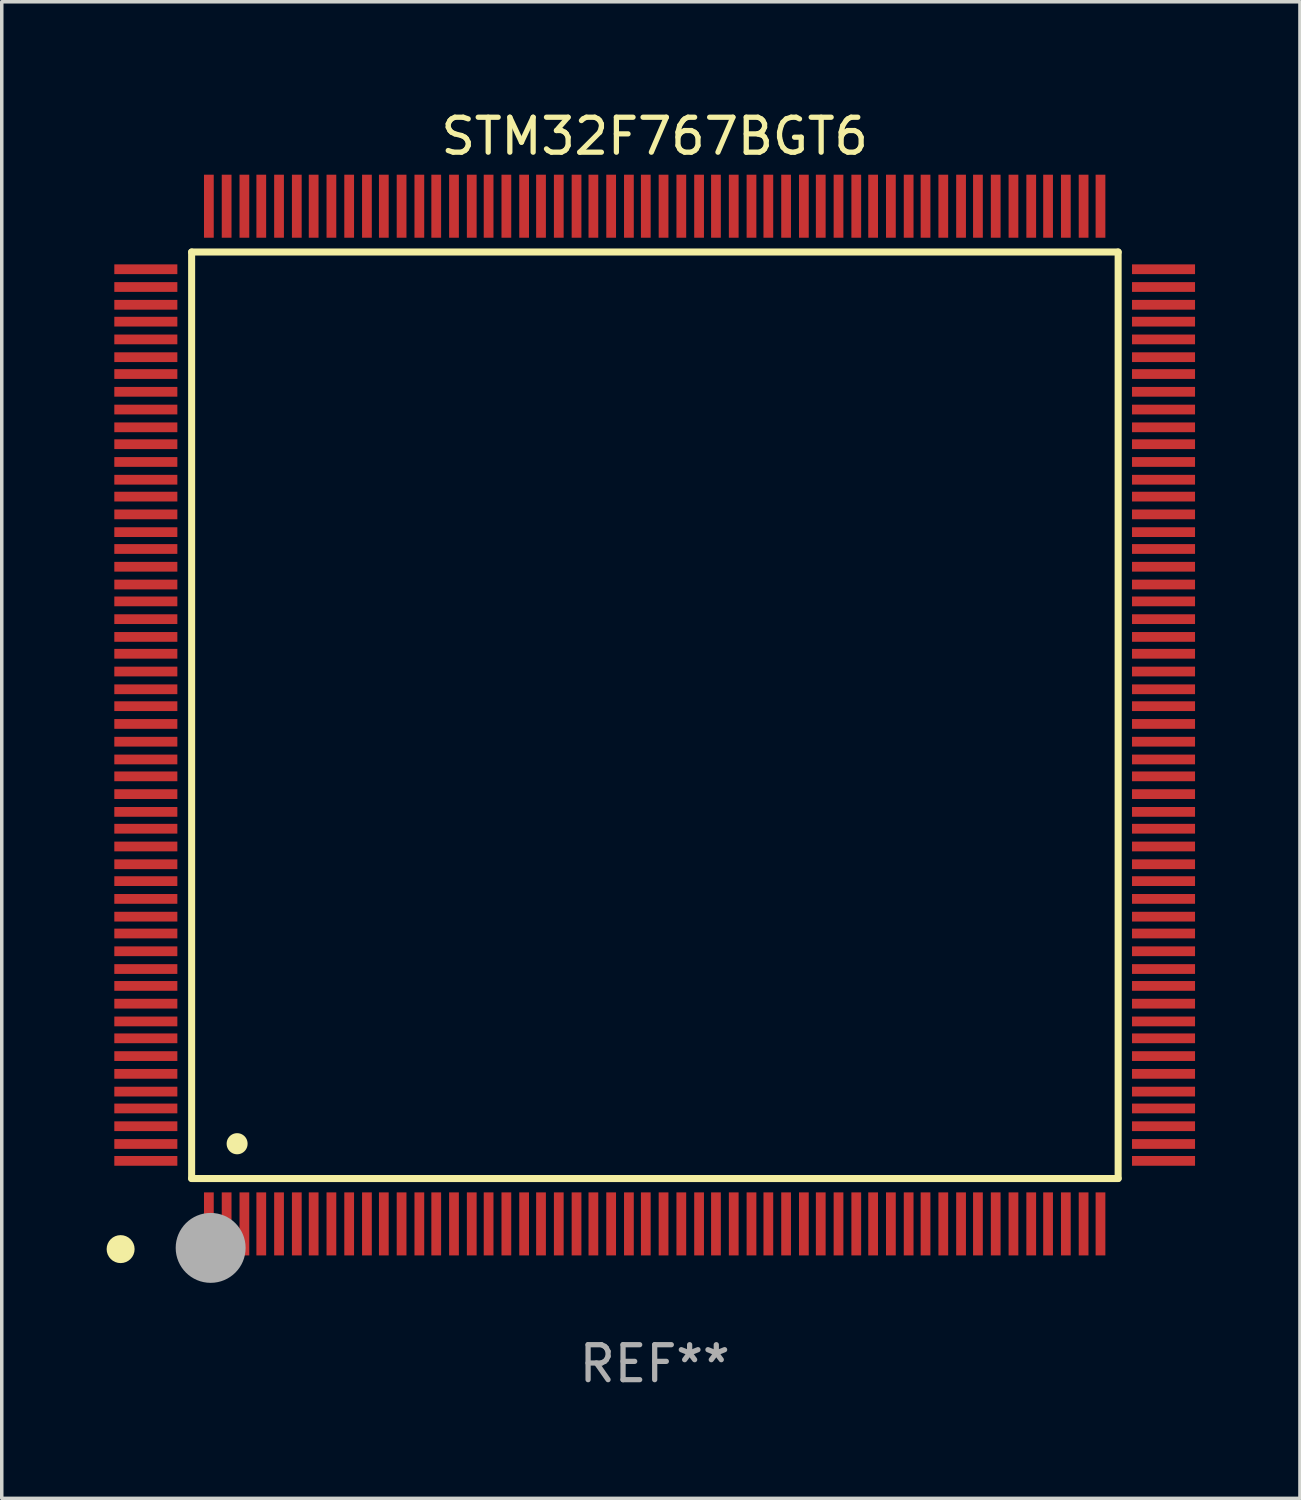
<source format=kicad_pcb>
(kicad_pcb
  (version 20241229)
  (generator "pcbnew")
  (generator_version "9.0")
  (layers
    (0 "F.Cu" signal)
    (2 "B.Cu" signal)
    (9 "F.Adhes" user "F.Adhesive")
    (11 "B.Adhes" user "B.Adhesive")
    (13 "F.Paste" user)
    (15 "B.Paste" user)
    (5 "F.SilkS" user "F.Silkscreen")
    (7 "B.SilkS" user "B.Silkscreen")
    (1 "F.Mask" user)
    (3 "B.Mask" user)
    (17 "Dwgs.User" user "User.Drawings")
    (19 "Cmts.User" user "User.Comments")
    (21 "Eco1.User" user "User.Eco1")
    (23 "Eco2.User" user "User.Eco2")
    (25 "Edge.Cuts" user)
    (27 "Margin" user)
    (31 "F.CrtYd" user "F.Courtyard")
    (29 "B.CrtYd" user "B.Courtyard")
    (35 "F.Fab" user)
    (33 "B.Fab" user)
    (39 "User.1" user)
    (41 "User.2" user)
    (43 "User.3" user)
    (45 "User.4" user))
  (footprint "STM32F767BGT6"
    (layer "F.Cu")
    (at 15.675 17.402)
    (property "Reference" "STM32F767BGT6" (at 0 -16.554 0) (layer "F.SilkS") (effects (font (size 1 1) (thickness 0.15))))
    (attr through_hole)
    (fp_line (start -13.244 -13.244) (end -13.244 13.256) (stroke (width 0.201) (type solid)) (layer "F.SilkS"))
    (fp_line (start -13.244 13.256) (end 13.256 13.256) (stroke (width 0.201) (type solid)) (layer "F.SilkS"))
    (fp_line (start 13.256 -13.244) (end -13.244 -13.244) (stroke (width 0.201) (type solid)) (layer "F.SilkS"))
    (fp_line (start 13.256 13.256) (end 13.256 -13.244) (stroke (width 0.201) (type solid)) (layer "F.SilkS"))
    (fp_arc (start -13.268987 14.90983) (mid -13.268992 14.90856) (end -13.268987 14.90729) (stroke (width 0.299721) (type solid)) (layer "F.SilkS"))
    (fp_arc (start -11.943104 12.263145) (mid -11.943115 12.260605) (end -11.943104 12.258065) (stroke (width 0.599441) (type solid)) (layer "F.SilkS"))
    (fp_circle (center -15.275 15.275) (end -15.075 15.275) (stroke (width 0.4) (type solid)) (fill no) (layer "F.SilkS"))
    (fp_circle (center -12.7 15.24) (end -12.2 15.24) (stroke (width 1) (type solid)) (fill no) (layer "F.Fab"))
    (fp_text user "REF**" (at 0 18.554 0) (layer "F.Fab") (effects (font (size 1 1) (thickness 0.15))))
    (pad "1" smd rect (at -12.751 14.554 180) (size 0.279 1.803) (layers "F.Cu" "F.Mask" "F.Paste"))
    (pad "2" smd rect (at -12.243 14.554 180) (size 0.279 1.803) (layers "F.Cu" "F.Mask" "F.Paste"))
    (pad "3" smd rect (at -11.735 14.554 180) (size 0.279 1.803) (layers "F.Cu" "F.Mask" "F.Paste"))
    (pad "4" smd rect (at -11.252 14.554 180) (size 0.279 1.803) (layers "F.Cu" "F.Mask" "F.Paste"))
    (pad "5" smd rect (at -10.744 14.554 180) (size 0.279 1.803) (layers "F.Cu" "F.Mask" "F.Paste"))
    (pad "6" smd rect (at -10.236 14.554 180) (size 0.279 1.803) (layers "F.Cu" "F.Mask" "F.Paste"))
    (pad "7" smd rect (at -9.754 14.554 180) (size 0.279 1.803) (layers "F.Cu" "F.Mask" "F.Paste"))
    (pad "8" smd rect (at -9.246 14.554 180) (size 0.279 1.803) (layers "F.Cu" "F.Mask" "F.Paste"))
    (pad "9" smd rect (at -8.738 14.554 180) (size 0.279 1.803) (layers "F.Cu" "F.Mask" "F.Paste"))
    (pad "10" smd rect (at -8.23 14.554 180) (size 0.279 1.803) (layers "F.Cu" "F.Mask" "F.Paste"))
    (pad "11" smd rect (at -7.747 14.554 180) (size 0.279 1.803) (layers "F.Cu" "F.Mask" "F.Paste"))
    (pad "12" smd rect (at -7.239 14.554 180) (size 0.279 1.803) (layers "F.Cu" "F.Mask" "F.Paste"))
    (pad "13" smd rect (at -6.731 14.554 180) (size 0.279 1.803) (layers "F.Cu" "F.Mask" "F.Paste"))
    (pad "14" smd rect (at -6.248 14.554 180) (size 0.279 1.803) (layers "F.Cu" "F.Mask" "F.Paste"))
    (pad "15" smd rect (at -5.74 14.554 180) (size 0.279 1.803) (layers "F.Cu" "F.Mask" "F.Paste"))
    (pad "16" smd rect (at -5.232 14.554 180) (size 0.279 1.803) (layers "F.Cu" "F.Mask" "F.Paste"))
    (pad "17" smd rect (at -4.75 14.554 180) (size 0.279 1.803) (layers "F.Cu" "F.Mask" "F.Paste"))
    (pad "18" smd rect (at -4.242 14.554 180) (size 0.279 1.803) (layers "F.Cu" "F.Mask" "F.Paste"))
    (pad "19" smd rect (at -3.734 14.554 180) (size 0.279 1.803) (layers "F.Cu" "F.Mask" "F.Paste"))
    (pad "20" smd rect (at -3.251 14.554 180) (size 0.279 1.803) (layers "F.Cu" "F.Mask" "F.Paste"))
    (pad "21" smd rect (at -2.743 14.554 180) (size 0.279 1.803) (layers "F.Cu" "F.Mask" "F.Paste"))
    (pad "22" smd rect (at -2.235 14.554 180) (size 0.279 1.803) (layers "F.Cu" "F.Mask" "F.Paste"))
    (pad "23" smd rect (at -1.753 14.554 180) (size 0.279 1.803) (layers "F.Cu" "F.Mask" "F.Paste"))
    (pad "24" smd rect (at -1.245 14.554 180) (size 0.279 1.803) (layers "F.Cu" "F.Mask" "F.Paste"))
    (pad "25" smd rect (at -0.737 14.554 180) (size 0.279 1.803) (layers "F.Cu" "F.Mask" "F.Paste"))
    (pad "26" smd rect (at -0.254 14.554 180) (size 0.279 1.803) (layers "F.Cu" "F.Mask" "F.Paste"))
    (pad "27" smd rect (at 0.254 14.554 180) (size 0.279 1.803) (layers "F.Cu" "F.Mask" "F.Paste"))
    (pad "28" smd rect (at 0.762 14.554 180) (size 0.279 1.803) (layers "F.Cu" "F.Mask" "F.Paste"))
    (pad "29" smd rect (at 1.27 14.554 180) (size 0.279 1.803) (layers "F.Cu" "F.Mask" "F.Paste"))
    (pad "30" smd rect (at 1.753 14.554 180) (size 0.279 1.803) (layers "F.Cu" "F.Mask" "F.Paste"))
    (pad "31" smd rect (at 2.261 14.554 180) (size 0.279 1.803) (layers "F.Cu" "F.Mask" "F.Paste"))
    (pad "32" smd rect (at 2.769 14.554 180) (size 0.279 1.803) (layers "F.Cu" "F.Mask" "F.Paste"))
    (pad "33" smd rect (at 3.251 14.554 180) (size 0.279 1.803) (layers "F.Cu" "F.Mask" "F.Paste"))
    (pad "34" smd rect (at 3.759 14.554 180) (size 0.279 1.803) (layers "F.Cu" "F.Mask" "F.Paste"))
    (pad "35" smd rect (at 4.267 14.554 180) (size 0.279 1.803) (layers "F.Cu" "F.Mask" "F.Paste"))
    (pad "36" smd rect (at 4.75 14.554 180) (size 0.279 1.803) (layers "F.Cu" "F.Mask" "F.Paste"))
    (pad "37" smd rect (at 5.258 14.554 180) (size 0.279 1.803) (layers "F.Cu" "F.Mask" "F.Paste"))
    (pad "38" smd rect (at 5.766 14.554 180) (size 0.279 1.803) (layers "F.Cu" "F.Mask" "F.Paste"))
    (pad "39" smd rect (at 6.248 14.554 180) (size 0.279 1.803) (layers "F.Cu" "F.Mask" "F.Paste"))
    (pad "40" smd rect (at 6.756 14.554 180) (size 0.279 1.803) (layers "F.Cu" "F.Mask" "F.Paste"))
    (pad "41" smd rect (at 7.264 14.554 180) (size 0.279 1.803) (layers "F.Cu" "F.Mask" "F.Paste"))
    (pad "42" smd rect (at 7.747 14.554 180) (size 0.279 1.803) (layers "F.Cu" "F.Mask" "F.Paste"))
    (pad "43" smd rect (at 8.255 14.554 180) (size 0.279 1.803) (layers "F.Cu" "F.Mask" "F.Paste"))
    (pad "44" smd rect (at 8.763 14.554 180) (size 0.279 1.803) (layers "F.Cu" "F.Mask" "F.Paste"))
    (pad "45" smd rect (at 9.246 14.554 180) (size 0.279 1.803) (layers "F.Cu" "F.Mask" "F.Paste"))
    (pad "46" smd rect (at 9.754 14.554 180) (size 0.279 1.803) (layers "F.Cu" "F.Mask" "F.Paste"))
    (pad "47" smd rect (at 10.262 14.554 180) (size 0.279 1.803) (layers "F.Cu" "F.Mask" "F.Paste"))
    (pad "48" smd rect (at 10.77 14.554 180) (size 0.279 1.803) (layers "F.Cu" "F.Mask" "F.Paste"))
    (pad "49" smd rect (at 11.252 14.554 180) (size 0.279 1.803) (layers "F.Cu" "F.Mask" "F.Paste"))
    (pad "50" smd rect (at 11.76 14.554 180) (size 0.279 1.803) (layers "F.Cu" "F.Mask" "F.Paste"))
    (pad "51" smd rect (at 12.268 14.554 180) (size 0.279 1.803) (layers "F.Cu" "F.Mask" "F.Paste"))
    (pad "52" smd rect (at 12.751 14.554 180) (size 0.279 1.803) (layers "F.Cu" "F.Mask" "F.Paste"))
    (pad "53" smd rect (at 14.554 12.751 90) (size 0.279 1.803) (layers "F.Cu" "F.Mask" "F.Paste"))
    (pad "54" smd rect (at 14.554 12.268 90) (size 0.279 1.803) (layers "F.Cu" "F.Mask" "F.Paste"))
    (pad "55" smd rect (at 14.554 11.76 90) (size 0.279 1.803) (layers "F.Cu" "F.Mask" "F.Paste"))
    (pad "56" smd rect (at 14.554 11.252 90) (size 0.279 1.803) (layers "F.Cu" "F.Mask" "F.Paste"))
    (pad "57" smd rect (at 14.554 10.77 90) (size 0.279 1.803) (layers "F.Cu" "F.Mask" "F.Paste"))
    (pad "58" smd rect (at 14.554 10.262 90) (size 0.279 1.803) (layers "F.Cu" "F.Mask" "F.Paste"))
    (pad "59" smd rect (at 14.554 9.754 90) (size 0.279 1.803) (layers "F.Cu" "F.Mask" "F.Paste"))
    (pad "60" smd rect (at 14.554 9.246 90) (size 0.279 1.803) (layers "F.Cu" "F.Mask" "F.Paste"))
    (pad "61" smd rect (at 14.554 8.763 90) (size 0.279 1.803) (layers "F.Cu" "F.Mask" "F.Paste"))
    (pad "62" smd rect (at 14.554 8.255 90) (size 0.279 1.803) (layers "F.Cu" "F.Mask" "F.Paste"))
    (pad "63" smd rect (at 14.554 7.747 90) (size 0.279 1.803) (layers "F.Cu" "F.Mask" "F.Paste"))
    (pad "64" smd rect (at 14.554 7.264 90) (size 0.279 1.803) (layers "F.Cu" "F.Mask" "F.Paste"))
    (pad "65" smd rect (at 14.554 6.756 90) (size 0.279 1.803) (layers "F.Cu" "F.Mask" "F.Paste"))
    (pad "66" smd rect (at 14.554 6.248 90) (size 0.279 1.803) (layers "F.Cu" "F.Mask" "F.Paste"))
    (pad "67" smd rect (at 14.554 5.766 90) (size 0.279 1.803) (layers "F.Cu" "F.Mask" "F.Paste"))
    (pad "68" smd rect (at 14.554 5.258 90) (size 0.279 1.803) (layers "F.Cu" "F.Mask" "F.Paste"))
    (pad "69" smd rect (at 14.554 4.75 90) (size 0.279 1.803) (layers "F.Cu" "F.Mask" "F.Paste"))
    (pad "70" smd rect (at 14.554 4.267 90) (size 0.279 1.803) (layers "F.Cu" "F.Mask" "F.Paste"))
    (pad "71" smd rect (at 14.554 3.759 90) (size 0.279 1.803) (layers "F.Cu" "F.Mask" "F.Paste"))
    (pad "72" smd rect (at 14.554 3.251 90) (size 0.279 1.803) (layers "F.Cu" "F.Mask" "F.Paste"))
    (pad "73" smd rect (at 14.554 2.769 90) (size 0.279 1.803) (layers "F.Cu" "F.Mask" "F.Paste"))
    (pad "74" smd rect (at 14.554 2.261 90) (size 0.279 1.803) (layers "F.Cu" "F.Mask" "F.Paste"))
    (pad "75" smd rect (at 14.554 1.753 90) (size 0.279 1.803) (layers "F.Cu" "F.Mask" "F.Paste"))
    (pad "76" smd rect (at 14.554 1.27 90) (size 0.279 1.803) (layers "F.Cu" "F.Mask" "F.Paste"))
    (pad "77" smd rect (at 14.554 0.762 90) (size 0.279 1.803) (layers "F.Cu" "F.Mask" "F.Paste"))
    (pad "78" smd rect (at 14.554 0.254 90) (size 0.279 1.803) (layers "F.Cu" "F.Mask" "F.Paste"))
    (pad "79" smd rect (at 14.554 -0.254 90) (size 0.279 1.803) (layers "F.Cu" "F.Mask" "F.Paste"))
    (pad "80" smd rect (at 14.554 -0.737 90) (size 0.279 1.803) (layers "F.Cu" "F.Mask" "F.Paste"))
    (pad "81" smd rect (at 14.554 -1.245 90) (size 0.279 1.803) (layers "F.Cu" "F.Mask" "F.Paste"))
    (pad "82" smd rect (at 14.554 -1.753 90) (size 0.279 1.803) (layers "F.Cu" "F.Mask" "F.Paste"))
    (pad "83" smd rect (at 14.554 -2.235 90) (size 0.279 1.803) (layers "F.Cu" "F.Mask" "F.Paste"))
    (pad "84" smd rect (at 14.554 -2.743 90) (size 0.279 1.803) (layers "F.Cu" "F.Mask" "F.Paste"))
    (pad "85" smd rect (at 14.554 -3.251 90) (size 0.279 1.803) (layers "F.Cu" "F.Mask" "F.Paste"))
    (pad "86" smd rect (at 14.554 -3.734 90) (size 0.279 1.803) (layers "F.Cu" "F.Mask" "F.Paste"))
    (pad "87" smd rect (at 14.554 -4.242 90) (size 0.279 1.803) (layers "F.Cu" "F.Mask" "F.Paste"))
    (pad "88" smd rect (at 14.554 -4.75 90) (size 0.279 1.803) (layers "F.Cu" "F.Mask" "F.Paste"))
    (pad "89" smd rect (at 14.554 -5.232 90) (size 0.279 1.803) (layers "F.Cu" "F.Mask" "F.Paste"))
    (pad "90" smd rect (at 14.554 -5.74 90) (size 0.279 1.803) (layers "F.Cu" "F.Mask" "F.Paste"))
    (pad "91" smd rect (at 14.554 -6.248 90) (size 0.279 1.803) (layers "F.Cu" "F.Mask" "F.Paste"))
    (pad "92" smd rect (at 14.554 -6.731 90) (size 0.279 1.803) (layers "F.Cu" "F.Mask" "F.Paste"))
    (pad "93" smd rect (at 14.554 -7.239 90) (size 0.279 1.803) (layers "F.Cu" "F.Mask" "F.Paste"))
    (pad "94" smd rect (at 14.554 -7.747 90) (size 0.279 1.803) (layers "F.Cu" "F.Mask" "F.Paste"))
    (pad "95" smd rect (at 14.554 -8.23 90) (size 0.279 1.803) (layers "F.Cu" "F.Mask" "F.Paste"))
    (pad "96" smd rect (at 14.554 -8.738 90) (size 0.279 1.803) (layers "F.Cu" "F.Mask" "F.Paste"))
    (pad "97" smd rect (at 14.554 -9.246 90) (size 0.279 1.803) (layers "F.Cu" "F.Mask" "F.Paste"))
    (pad "98" smd rect (at 14.554 -9.754 90) (size 0.279 1.803) (layers "F.Cu" "F.Mask" "F.Paste"))
    (pad "99" smd rect (at 14.554 -10.236 90) (size 0.279 1.803) (layers "F.Cu" "F.Mask" "F.Paste"))
    (pad "100" smd rect (at 14.554 -10.744 90) (size 0.279 1.803) (layers "F.Cu" "F.Mask" "F.Paste"))
    (pad "101" smd rect (at 14.554 -11.252 90) (size 0.279 1.803) (layers "F.Cu" "F.Mask" "F.Paste"))
    (pad "102" smd rect (at 14.554 -11.735 90) (size 0.279 1.803) (layers "F.Cu" "F.Mask" "F.Paste"))
    (pad "103" smd rect (at 14.554 -12.243 90) (size 0.279 1.803) (layers "F.Cu" "F.Mask" "F.Paste"))
    (pad "104" smd rect (at 14.554 -12.751 90) (size 0.279 1.803) (layers "F.Cu" "F.Mask" "F.Paste"))
    (pad "105" smd rect (at 12.751 -14.554 180) (size 0.279 1.803) (layers "F.Cu" "F.Mask" "F.Paste"))
    (pad "106" smd rect (at 12.268 -14.554 180) (size 0.279 1.803) (layers "F.Cu" "F.Mask" "F.Paste"))
    (pad "107" smd rect (at 11.76 -14.554 180) (size 0.279 1.803) (layers "F.Cu" "F.Mask" "F.Paste"))
    (pad "108" smd rect (at 11.252 -14.554 180) (size 0.279 1.803) (layers "F.Cu" "F.Mask" "F.Paste"))
    (pad "109" smd rect (at 10.77 -14.554 180) (size 0.279 1.803) (layers "F.Cu" "F.Mask" "F.Paste"))
    (pad "110" smd rect (at 10.262 -14.554 180) (size 0.279 1.803) (layers "F.Cu" "F.Mask" "F.Paste"))
    (pad "111" smd rect (at 9.754 -14.554 180) (size 0.279 1.803) (layers "F.Cu" "F.Mask" "F.Paste"))
    (pad "112" smd rect (at 9.246 -14.554 180) (size 0.279 1.803) (layers "F.Cu" "F.Mask" "F.Paste"))
    (pad "113" smd rect (at 8.763 -14.554 180) (size 0.279 1.803) (layers "F.Cu" "F.Mask" "F.Paste"))
    (pad "114" smd rect (at 8.255 -14.554 180) (size 0.279 1.803) (layers "F.Cu" "F.Mask" "F.Paste"))
    (pad "115" smd rect (at 7.747 -14.554 180) (size 0.279 1.803) (layers "F.Cu" "F.Mask" "F.Paste"))
    (pad "116" smd rect (at 7.264 -14.554 180) (size 0.279 1.803) (layers "F.Cu" "F.Mask" "F.Paste"))
    (pad "117" smd rect (at 6.756 -14.554 180) (size 0.279 1.803) (layers "F.Cu" "F.Mask" "F.Paste"))
    (pad "118" smd rect (at 6.248 -14.554 180) (size 0.279 1.803) (layers "F.Cu" "F.Mask" "F.Paste"))
    (pad "119" smd rect (at 5.766 -14.554 180) (size 0.279 1.803) (layers "F.Cu" "F.Mask" "F.Paste"))
    (pad "120" smd rect (at 5.258 -14.554 180) (size 0.279 1.803) (layers "F.Cu" "F.Mask" "F.Paste"))
    (pad "121" smd rect (at 4.75 -14.554 180) (size 0.279 1.803) (layers "F.Cu" "F.Mask" "F.Paste"))
    (pad "122" smd rect (at 4.267 -14.554 180) (size 0.279 1.803) (layers "F.Cu" "F.Mask" "F.Paste"))
    (pad "123" smd rect (at 3.759 -14.554 180) (size 0.279 1.803) (layers "F.Cu" "F.Mask" "F.Paste"))
    (pad "124" smd rect (at 3.251 -14.554 180) (size 0.279 1.803) (layers "F.Cu" "F.Mask" "F.Paste"))
    (pad "125" smd rect (at 2.769 -14.554 180) (size 0.279 1.803) (layers "F.Cu" "F.Mask" "F.Paste"))
    (pad "126" smd rect (at 2.261 -14.554 180) (size 0.279 1.803) (layers "F.Cu" "F.Mask" "F.Paste"))
    (pad "127" smd rect (at 1.753 -14.554 180) (size 0.279 1.803) (layers "F.Cu" "F.Mask" "F.Paste"))
    (pad "128" smd rect (at 1.27 -14.554 180) (size 0.279 1.803) (layers "F.Cu" "F.Mask" "F.Paste"))
    (pad "129" smd rect (at 0.762 -14.554 180) (size 0.279 1.803) (layers "F.Cu" "F.Mask" "F.Paste"))
    (pad "130" smd rect (at 0.254 -14.554 180) (size 0.279 1.803) (layers "F.Cu" "F.Mask" "F.Paste"))
    (pad "131" smd rect (at -0.254 -14.554 180) (size 0.279 1.803) (layers "F.Cu" "F.Mask" "F.Paste"))
    (pad "132" smd rect (at -0.737 -14.554 180) (size 0.279 1.803) (layers "F.Cu" "F.Mask" "F.Paste"))
    (pad "133" smd rect (at -1.245 -14.554 180) (size 0.279 1.803) (layers "F.Cu" "F.Mask" "F.Paste"))
    (pad "134" smd rect (at -1.753 -14.554 180) (size 0.279 1.803) (layers "F.Cu" "F.Mask" "F.Paste"))
    (pad "135" smd rect (at -2.235 -14.554 180) (size 0.279 1.803) (layers "F.Cu" "F.Mask" "F.Paste"))
    (pad "136" smd rect (at -2.743 -14.554 180) (size 0.279 1.803) (layers "F.Cu" "F.Mask" "F.Paste"))
    (pad "137" smd rect (at -3.251 -14.554 180) (size 0.279 1.803) (layers "F.Cu" "F.Mask" "F.Paste"))
    (pad "138" smd rect (at -3.734 -14.554 180) (size 0.279 1.803) (layers "F.Cu" "F.Mask" "F.Paste"))
    (pad "139" smd rect (at -4.242 -14.554 180) (size 0.279 1.803) (layers "F.Cu" "F.Mask" "F.Paste"))
    (pad "140" smd rect (at -4.75 -14.554 180) (size 0.279 1.803) (layers "F.Cu" "F.Mask" "F.Paste"))
    (pad "141" smd rect (at -5.232 -14.554 180) (size 0.279 1.803) (layers "F.Cu" "F.Mask" "F.Paste"))
    (pad "142" smd rect (at -5.74 -14.554 180) (size 0.279 1.803) (layers "F.Cu" "F.Mask" "F.Paste"))
    (pad "143" smd rect (at -6.248 -14.554 180) (size 0.279 1.803) (layers "F.Cu" "F.Mask" "F.Paste"))
    (pad "144" smd rect (at -6.731 -14.554 180) (size 0.279 1.803) (layers "F.Cu" "F.Mask" "F.Paste"))
    (pad "145" smd rect (at -7.239 -14.554 180) (size 0.279 1.803) (layers "F.Cu" "F.Mask" "F.Paste"))
    (pad "146" smd rect (at -7.747 -14.554 180) (size 0.279 1.803) (layers "F.Cu" "F.Mask" "F.Paste"))
    (pad "147" smd rect (at -8.23 -14.554 180) (size 0.279 1.803) (layers "F.Cu" "F.Mask" "F.Paste"))
    (pad "148" smd rect (at -8.738 -14.554 180) (size 0.279 1.803) (layers "F.Cu" "F.Mask" "F.Paste"))
    (pad "149" smd rect (at -9.246 -14.554 180) (size 0.279 1.803) (layers "F.Cu" "F.Mask" "F.Paste"))
    (pad "150" smd rect (at -9.754 -14.554 180) (size 0.279 1.803) (layers "F.Cu" "F.Mask" "F.Paste"))
    (pad "151" smd rect (at -10.236 -14.554 180) (size 0.279 1.803) (layers "F.Cu" "F.Mask" "F.Paste"))
    (pad "152" smd rect (at -10.744 -14.554 180) (size 0.279 1.803) (layers "F.Cu" "F.Mask" "F.Paste"))
    (pad "153" smd rect (at -11.252 -14.554 180) (size 0.279 1.803) (layers "F.Cu" "F.Mask" "F.Paste"))
    (pad "154" smd rect (at -11.735 -14.554 180) (size 0.279 1.803) (layers "F.Cu" "F.Mask" "F.Paste"))
    (pad "155" smd rect (at -12.243 -14.554 180) (size 0.279 1.803) (layers "F.Cu" "F.Mask" "F.Paste"))
    (pad "156" smd rect (at -12.751 -14.554 180) (size 0.279 1.803) (layers "F.Cu" "F.Mask" "F.Paste"))
    (pad "157" smd rect (at -14.554 -12.751 90) (size 0.279 1.803) (layers "F.Cu" "F.Mask" "F.Paste"))
    (pad "158" smd rect (at -14.554 -12.243 90) (size 0.279 1.803) (layers "F.Cu" "F.Mask" "F.Paste"))
    (pad "159" smd rect (at -14.554 -11.735 90) (size 0.279 1.803) (layers "F.Cu" "F.Mask" "F.Paste"))
    (pad "160" smd rect (at -14.554 -11.252 90) (size 0.279 1.803) (layers "F.Cu" "F.Mask" "F.Paste"))
    (pad "161" smd rect (at -14.554 -10.744 90) (size 0.279 1.803) (layers "F.Cu" "F.Mask" "F.Paste"))
    (pad "162" smd rect (at -14.554 -10.236 90) (size 0.279 1.803) (layers "F.Cu" "F.Mask" "F.Paste"))
    (pad "163" smd rect (at -14.554 -9.754 90) (size 0.279 1.803) (layers "F.Cu" "F.Mask" "F.Paste"))
    (pad "164" smd rect (at -14.554 -9.246 90) (size 0.279 1.803) (layers "F.Cu" "F.Mask" "F.Paste"))
    (pad "165" smd rect (at -14.554 -8.738 90) (size 0.279 1.803) (layers "F.Cu" "F.Mask" "F.Paste"))
    (pad "166" smd rect (at -14.554 -8.23 90) (size 0.279 1.803) (layers "F.Cu" "F.Mask" "F.Paste"))
    (pad "167" smd rect (at -14.554 -7.747 90) (size 0.279 1.803) (layers "F.Cu" "F.Mask" "F.Paste"))
    (pad "168" smd rect (at -14.554 -7.239 90) (size 0.279 1.803) (layers "F.Cu" "F.Mask" "F.Paste"))
    (pad "169" smd rect (at -14.554 -6.731 90) (size 0.279 1.803) (layers "F.Cu" "F.Mask" "F.Paste"))
    (pad "170" smd rect (at -14.554 -6.248 90) (size 0.279 1.803) (layers "F.Cu" "F.Mask" "F.Paste"))
    (pad "171" smd rect (at -14.554 -5.74 90) (size 0.279 1.803) (layers "F.Cu" "F.Mask" "F.Paste"))
    (pad "172" smd rect (at -14.554 -5.232 90) (size 0.279 1.803) (layers "F.Cu" "F.Mask" "F.Paste"))
    (pad "173" smd rect (at -14.554 -4.75 90) (size 0.279 1.803) (layers "F.Cu" "F.Mask" "F.Paste"))
    (pad "174" smd rect (at -14.554 -4.242 90) (size 0.279 1.803) (layers "F.Cu" "F.Mask" "F.Paste"))
    (pad "175" smd rect (at -14.554 -3.734 90) (size 0.279 1.803) (layers "F.Cu" "F.Mask" "F.Paste"))
    (pad "176" smd rect (at -14.554 -3.251 90) (size 0.279 1.803) (layers "F.Cu" "F.Mask" "F.Paste"))
    (pad "177" smd rect (at -14.554 -2.743 90) (size 0.279 1.803) (layers "F.Cu" "F.Mask" "F.Paste"))
    (pad "178" smd rect (at -14.554 -2.235 90) (size 0.279 1.803) (layers "F.Cu" "F.Mask" "F.Paste"))
    (pad "179" smd rect (at -14.554 -1.753 90) (size 0.279 1.803) (layers "F.Cu" "F.Mask" "F.Paste"))
    (pad "180" smd rect (at -14.554 -1.245 90) (size 0.279 1.803) (layers "F.Cu" "F.Mask" "F.Paste"))
    (pad "181" smd rect (at -14.554 -0.737 90) (size 0.279 1.803) (layers "F.Cu" "F.Mask" "F.Paste"))
    (pad "182" smd rect (at -14.554 -0.254 90) (size 0.279 1.803) (layers "F.Cu" "F.Mask" "F.Paste"))
    (pad "183" smd rect (at -14.554 0.254 90) (size 0.279 1.803) (layers "F.Cu" "F.Mask" "F.Paste"))
    (pad "184" smd rect (at -14.554 0.762 90) (size 0.279 1.803) (layers "F.Cu" "F.Mask" "F.Paste"))
    (pad "185" smd rect (at -14.554 1.27 90) (size 0.279 1.803) (layers "F.Cu" "F.Mask" "F.Paste"))
    (pad "186" smd rect (at -14.554 1.753 90) (size 0.279 1.803) (layers "F.Cu" "F.Mask" "F.Paste"))
    (pad "187" smd rect (at -14.554 2.261 90) (size 0.279 1.803) (layers "F.Cu" "F.Mask" "F.Paste"))
    (pad "188" smd rect (at -14.554 2.769 90) (size 0.279 1.803) (layers "F.Cu" "F.Mask" "F.Paste"))
    (pad "189" smd rect (at -14.554 3.251 90) (size 0.279 1.803) (layers "F.Cu" "F.Mask" "F.Paste"))
    (pad "190" smd rect (at -14.554 3.759 90) (size 0.279 1.803) (layers "F.Cu" "F.Mask" "F.Paste"))
    (pad "191" smd rect (at -14.554 4.267 90) (size 0.279 1.803) (layers "F.Cu" "F.Mask" "F.Paste"))
    (pad "192" smd rect (at -14.554 4.75 90) (size 0.279 1.803) (layers "F.Cu" "F.Mask" "F.Paste"))
    (pad "193" smd rect (at -14.554 5.258 90) (size 0.279 1.803) (layers "F.Cu" "F.Mask" "F.Paste"))
    (pad "194" smd rect (at -14.554 5.766 90) (size 0.279 1.803) (layers "F.Cu" "F.Mask" "F.Paste"))
    (pad "195" smd rect (at -14.554 6.248 90) (size 0.279 1.803) (layers "F.Cu" "F.Mask" "F.Paste"))
    (pad "196" smd rect (at -14.554 6.756 90) (size 0.279 1.803) (layers "F.Cu" "F.Mask" "F.Paste"))
    (pad "197" smd rect (at -14.554 7.264 90) (size 0.279 1.803) (layers "F.Cu" "F.Mask" "F.Paste"))
    (pad "198" smd rect (at -14.554 7.747 90) (size 0.279 1.803) (layers "F.Cu" "F.Mask" "F.Paste"))
    (pad "199" smd rect (at -14.554 8.255 90) (size 0.279 1.803) (layers "F.Cu" "F.Mask" "F.Paste"))
    (pad "200" smd rect (at -14.554 8.763 90) (size 0.279 1.803) (layers "F.Cu" "F.Mask" "F.Paste"))
    (pad "201" smd rect (at -14.554 9.246 90) (size 0.279 1.803) (layers "F.Cu" "F.Mask" "F.Paste"))
    (pad "202" smd rect (at -14.554 9.754 90) (size 0.279 1.803) (layers "F.Cu" "F.Mask" "F.Paste"))
    (pad "203" smd rect (at -14.554 10.262 90) (size 0.279 1.803) (layers "F.Cu" "F.Mask" "F.Paste"))
    (pad "204" smd rect (at -14.554 10.77 90) (size 0.279 1.803) (layers "F.Cu" "F.Mask" "F.Paste"))
    (pad "205" smd rect (at -14.554 11.252 90) (size 0.279 1.803) (layers "F.Cu" "F.Mask" "F.Paste"))
    (pad "206" smd rect (at -14.554 11.76 90) (size 0.279 1.803) (layers "F.Cu" "F.Mask" "F.Paste"))
    (pad "207" smd rect (at -14.554 12.268 90) (size 0.279 1.803) (layers "F.Cu" "F.Mask" "F.Paste"))
    (pad "208" smd rect (at -14.554 12.751 90) (size 0.279 1.803) (layers "F.Cu" "F.Mask" "F.Paste")))
  (gr_rect
    (start -3 -3)
    (end 34.131 39.805)
    (stroke (width 0.1) (type default))
    (fill no)
    (layer "Edge.Cuts")))
</source>
